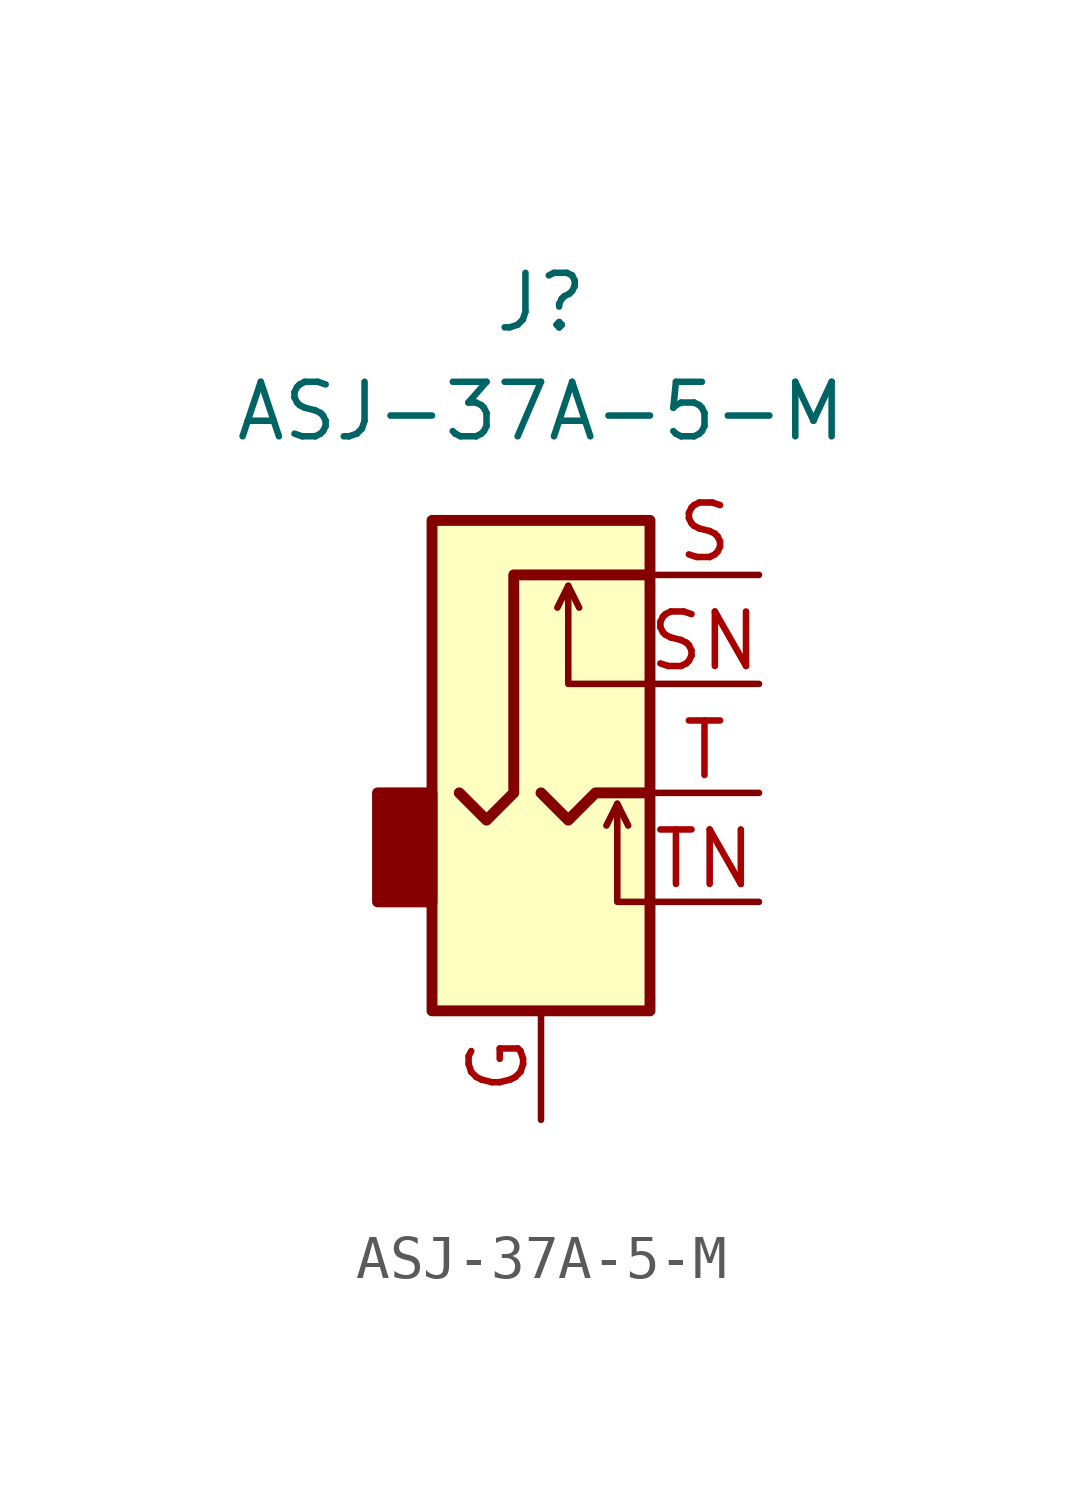
<source format=kicad_sym>
(kicad_symbol_lib
  (version 20241209)
  (generator "kicad_symbol_editor")
  (generator_version "9.0")
  (symbol "ASJ-37A-5-M"
    (property "Reference" "J"
      (at 0 11.43 0)
      (effects (font (size 1.27 1.27))))
    (property "Value" "ASJ-37A-5-M"
      (at 0 8.89 0)
      (effects (font (size 1.27 1.27))))
    (symbol "ASJ-37A-5-M_0_1"
      (rectangle (start -2.54 6.35) (end 2.54 -5.08) (stroke (width 0.254) (type default)) (fill (type background)))
      (rectangle (start -2.54 -2.54) (end -3.81 0) (stroke (width 0.254) (type default)) (fill (type outline))))
    (symbol "ASJ-37A-5-M_1_1"
      (polyline (pts (xy 0 0) (xy 0.635 -0.635) (xy 1.27 0) (xy 2.54 0)) (stroke (width 0.254) (type default)) (fill (type none)))
      (polyline (pts (xy 0.635 4.826) (xy 0.889 4.318)) (stroke (width 0) (type default)) (fill (type none)))
      (polyline (pts (xy 1.778 -0.254) (xy 2.032 -0.762)) (stroke (width 0) (type default)) (fill (type none)))
      (polyline (pts (xy 2.54 5.08) (xy -0.635 5.08) (xy -0.635 0) (xy -1.27 -0.635) (xy -1.905 0)) (stroke (width 0.254) (type default)) (fill (type none)))
      (polyline (pts (xy 2.54 2.54) (xy 0.635 2.54) (xy 0.635 4.826) (xy 0.381 4.318)) (stroke (width 0) (type default)) (fill (type none)))
      (polyline (pts (xy 2.54 -2.54) (xy 1.778 -2.54) (xy 1.778 -0.254) (xy 1.524 -0.762)) (stroke (width 0) (type default)) (fill (type none)))
      (pin passive line (at 0 -7.62 90) (length 2.54) (name "~" (effects (font (size 1.27 1.27)))) (number "G" (effects (font (size 1.27 1.27)))))
      (pin passive line (at 5.08 5.08 180) (length 2.54) (name "~" (effects (font (size 1.27 1.27)))) (number "S" (effects (font (size 1.27 1.27)))))
      (pin passive line (at 5.08 2.54 180) (length 2.54) (name "~" (effects (font (size 1.27 1.27)))) (number "SN" (effects (font (size 1.27 1.27)))))
      (pin passive line (at 5.08 0 180) (length 2.54) (name "~" (effects (font (size 1.27 1.27)))) (number "T" (effects (font (size 1.27 1.27)))))
      (pin passive line (at 5.08 -2.54 180) (length 2.54) (name "~" (effects (font (size 1.27 1.27)))) (number "TN" (effects (font (size 1.27 1.27))))))))
</source>
